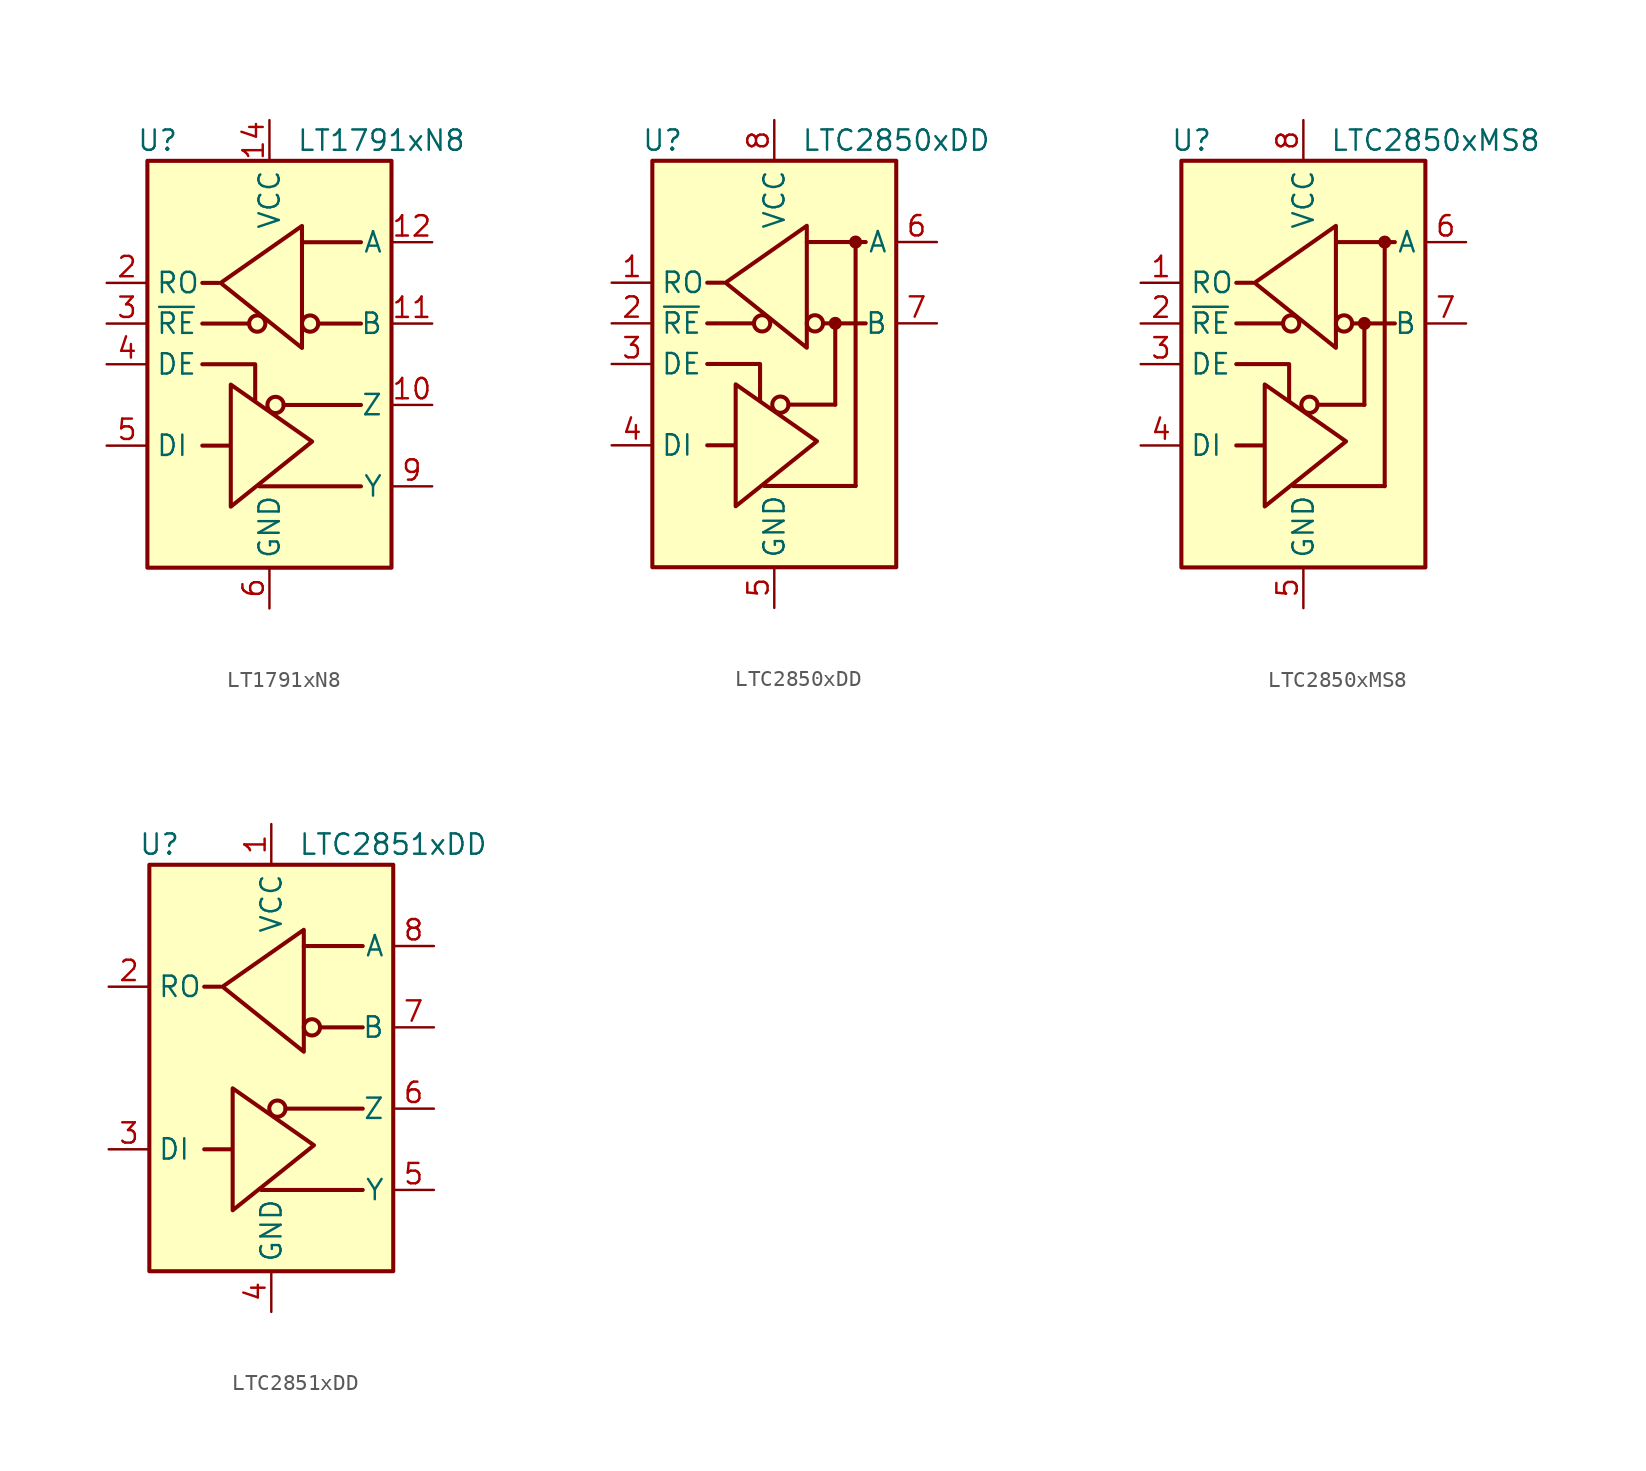
<source format=kicad_sym>
(kicad_symbol_lib
  (version 20200908)
  (generator kicad_symbol_editor)
  (symbol "Interface_UART:LT1791xN8"
    (property "Reference" "U"
      (at -6.985 13.97 0)
      (effects (font (size 1.27 1.27))))
    (property "Value" "LT1791xN8"
      (at 6.985 13.97 0)
      (effects (font (size 1.27 1.27))))
    (symbol "LT1791xN8_1_1"
      (circle (center -0.762 2.54) (radius 0.508) (stroke (width 0.254)) (fill (type none)))
      (circle (center 0.381 -2.54) (radius 0.508) (stroke (width 0.254)) (fill (type none)))
      (circle (center 2.54 2.54) (radius 0.508) (stroke (width 0.254)) (fill (type none)))
      (polyline (pts (xy -4.191 2.54) (xy -1.27 2.54)) (stroke (width 0.254)) (fill (type none)))
      (polyline (pts (xy -2.54 -5.08) (xy -4.191 -5.08)) (stroke (width 0.254)) (fill (type none)))
      (polyline (pts (xy -0.635 -7.62) (xy 5.715 -7.62)) (stroke (width 0.254)) (fill (type none)))
      (polyline (pts (xy 0.889 -2.54) (xy 5.715 -2.54)) (stroke (width 0.254)) (fill (type none)))
      (polyline (pts (xy 2.032 7.62) (xy 5.715 7.62)) (stroke (width 0.254)) (fill (type none)))
      (polyline (pts (xy 3.048 2.54) (xy 5.715 2.54)) (stroke (width 0.254)) (fill (type none)))
      (polyline (pts (xy -4.191 0) (xy -0.889 0) (xy -0.889 -2.286)) (stroke (width 0.254)) (fill (type none)))
      (polyline (pts (xy -3.175 5.08) (xy -4.191 5.08) (xy -4.064 5.08)) (stroke (width 0.254)) (fill (type none)))
      (polyline (pts (xy -2.413 -5.08) (xy -2.413 -1.27) (xy 2.667 -4.826) (xy -2.413 -8.89) (xy -2.413 -5.08)) (stroke (width 0.254)) (fill (type none)))
      (polyline (pts (xy 2.032 4.826) (xy 2.032 8.636) (xy -3.048 5.08) (xy 2.032 1.016) (xy 2.032 4.826)) (stroke (width 0.254)) (fill (type none)))
      (pin unconnected line (at -7.62 -10.16 0) (length 2.54) hide (name "NC" (effects (font (size 1.27 1.27)))) (number "1" (effects (font (size 1.27 1.27)))))
      (pin output line (at 10.16 -2.54 180) (length 2.54) (name "Z" (effects (font (size 1.27 1.27)))) (number "10" (effects (font (size 1.27 1.27)))))
      (pin input line (at 10.16 2.54 180) (length 2.54) (name "B" (effects (font (size 1.27 1.27)))) (number "11" (effects (font (size 1.27 1.27)))))
      (pin input line (at 10.16 7.62 180) (length 2.54) (name "A" (effects (font (size 1.27 1.27)))) (number "12" (effects (font (size 1.27 1.27)))))
      (pin unconnected line (at -7.62 7.62 0) (length 2.54) hide (name "NC" (effects (font (size 1.27 1.27)))) (number "13" (effects (font (size 1.27 1.27)))))
      (pin power_in line (at 0 15.24 270) (length 2.54) (name "VCC" (effects (font (size 1.27 1.27)))) (number "14" (effects (font (size 1.27 1.27)))))
      (pin output line (at -10.16 5.08 0) (length 2.54) (name "RO" (effects (font (size 1.27 1.27)))) (number "2" (effects (font (size 1.27 1.27)))))
      (pin input line (at -10.16 2.54 0) (length 2.54) (name "~RE" (effects (font (size 1.27 1.27)))) (number "3" (effects (font (size 1.27 1.27)))))
      (pin input line (at -10.16 0 0) (length 2.54) (name "DE" (effects (font (size 1.27 1.27)))) (number "4" (effects (font (size 1.27 1.27)))))
      (pin input line (at -10.16 -5.08 0) (length 2.54) (name "DI" (effects (font (size 1.27 1.27)))) (number "5" (effects (font (size 1.27 1.27)))))
      (pin power_in line (at 0 -15.24 90) (length 2.54) (name "GND" (effects (font (size 1.27 1.27)))) (number "6" (effects (font (size 1.27 1.27)))))
      (pin passive line (at 0 -15.24 90) (length 2.54) hide (name "GND" (effects (font (size 1.27 1.27)))) (number "7" (effects (font (size 1.27 1.27)))))
      (pin unconnected line (at -7.62 -7.62 0) (length 2.54) hide (name "NC" (effects (font (size 1.27 1.27)))) (number "8" (effects (font (size 1.27 1.27)))))
      (pin output line (at 10.16 -7.62 180) (length 2.54) (name "Y" (effects (font (size 1.27 1.27)))) (number "9" (effects (font (size 1.27 1.27))))))
    (symbol "LT1791xN8_0_1"
      (rectangle (start -7.62 12.7) (end 7.62 -12.7) (stroke (width 0.254)) (fill (type background)))))
  (symbol "Interface_UART:LTC2850xDD"
    (property "Reference" "U"
      (at -6.985 13.97 0)
      (effects (font (size 1.27 1.27))))
    (property "Value" "LTC2850xDD"
      (at 7.62 13.97 0)
      (effects (font (size 1.27 1.27))))
    (symbol "LTC2850xDD_1_1"
      (circle (center -0.762 2.54) (radius 0.508) (stroke (width 0.254)) (fill (type none)))
      (circle (center 0.381 -2.54) (radius 0.508) (stroke (width 0.254)) (fill (type none)))
      (circle (center 2.54 2.54) (radius 0.508) (stroke (width 0.254)) (fill (type none)))
      (circle (center 3.81 2.54) (radius 0.279) (stroke (width 0.254)) (fill (type outline)))
      (circle (center 5.08 7.62) (radius 0.279) (stroke (width 0.254)) (fill (type outline)))
      (polyline (pts (xy -4.191 2.54) (xy -1.27 2.54)) (stroke (width 0.254)) (fill (type none)))
      (polyline (pts (xy -2.54 -5.08) (xy -4.191 -5.08)) (stroke (width 0.254)) (fill (type none)))
      (polyline (pts (xy -0.635 -7.62) (xy 5.08 -7.62)) (stroke (width 0.254)) (fill (type none)))
      (polyline (pts (xy 0.889 -2.54) (xy 3.81 -2.54)) (stroke (width 0.254)) (fill (type none)))
      (polyline (pts (xy 2.032 7.62) (xy 5.715 7.62)) (stroke (width 0.254)) (fill (type none)))
      (polyline (pts (xy 3.048 2.54) (xy 5.715 2.54)) (stroke (width 0.254)) (fill (type none)))
      (polyline (pts (xy 3.81 -2.54) (xy 3.81 2.54)) (stroke (width 0.254)) (fill (type none)))
      (polyline (pts (xy 5.08 -7.62) (xy 5.08 7.62)) (stroke (width 0.254)) (fill (type none)))
      (polyline (pts (xy -4.191 0) (xy -0.889 0) (xy -0.889 -2.286)) (stroke (width 0.254)) (fill (type none)))
      (polyline (pts (xy -3.175 5.08) (xy -4.191 5.08) (xy -4.064 5.08)) (stroke (width 0.254)) (fill (type none)))
      (polyline (pts (xy -2.413 -5.08) (xy -2.413 -1.27) (xy 2.667 -4.826) (xy -2.413 -8.89) (xy -2.413 -5.08)) (stroke (width 0.254)) (fill (type none)))
      (polyline (pts (xy 2.032 4.826) (xy 2.032 8.636) (xy -3.048 5.08) (xy 2.032 1.016) (xy 2.032 4.826)) (stroke (width 0.254)) (fill (type none)))
      (pin output line (at -10.16 5.08 0) (length 2.54) (name "RO" (effects (font (size 1.27 1.27)))) (number "1" (effects (font (size 1.27 1.27)))))
      (pin input line (at -10.16 2.54 0) (length 2.54) (name "~RE" (effects (font (size 1.27 1.27)))) (number "2" (effects (font (size 1.27 1.27)))))
      (pin input line (at -10.16 0 0) (length 2.54) (name "DE" (effects (font (size 1.27 1.27)))) (number "3" (effects (font (size 1.27 1.27)))))
      (pin input line (at -10.16 -5.08 0) (length 2.54) (name "DI" (effects (font (size 1.27 1.27)))) (number "4" (effects (font (size 1.27 1.27)))))
      (pin power_in line (at 0 -15.24 90) (length 2.54) (name "GND" (effects (font (size 1.27 1.27)))) (number "5" (effects (font (size 1.27 1.27)))))
      (pin bidirectional line (at 10.16 7.62 180) (length 2.54) (name "A" (effects (font (size 1.27 1.27)))) (number "6" (effects (font (size 1.27 1.27)))))
      (pin bidirectional line (at 10.16 2.54 180) (length 2.54) (name "B" (effects (font (size 1.27 1.27)))) (number "7" (effects (font (size 1.27 1.27)))))
      (pin power_in line (at 0 15.24 270) (length 2.54) (name "VCC" (effects (font (size 1.27 1.27)))) (number "8" (effects (font (size 1.27 1.27)))))
      (pin passive line (at 0 -15.24 90) (length 2.54) hide (name "GND" (effects (font (size 1.27 1.27)))) (number "9" (effects (font (size 1.27 1.27))))))
    (symbol "LTC2850xDD_0_1"
      (rectangle (start -7.62 12.7) (end 7.62 -12.7) (stroke (width 0.254)) (fill (type background)))))
  (symbol "Interface_UART:LTC2850xMS8"
    (property "Reference" "U"
      (at -6.985 13.97 0)
      (effects (font (size 1.27 1.27))))
    (property "Value" "LTC2850xMS8"
      (at 8.255 13.97 0)
      (effects (font (size 1.27 1.27))))
    (symbol "LTC2850xMS8_1_1"
      (circle (center -0.762 2.54) (radius 0.508) (stroke (width 0.254)) (fill (type none)))
      (circle (center 0.381 -2.54) (radius 0.508) (stroke (width 0.254)) (fill (type none)))
      (circle (center 2.54 2.54) (radius 0.508) (stroke (width 0.254)) (fill (type none)))
      (circle (center 3.81 2.54) (radius 0.279) (stroke (width 0.254)) (fill (type outline)))
      (circle (center 5.08 7.62) (radius 0.279) (stroke (width 0.254)) (fill (type outline)))
      (polyline (pts (xy -4.191 2.54) (xy -1.27 2.54)) (stroke (width 0.254)) (fill (type none)))
      (polyline (pts (xy -2.54 -5.08) (xy -4.191 -5.08)) (stroke (width 0.254)) (fill (type none)))
      (polyline (pts (xy -0.635 -7.62) (xy 5.08 -7.62)) (stroke (width 0.254)) (fill (type none)))
      (polyline (pts (xy 0.889 -2.54) (xy 3.81 -2.54)) (stroke (width 0.254)) (fill (type none)))
      (polyline (pts (xy 2.032 7.62) (xy 5.715 7.62)) (stroke (width 0.254)) (fill (type none)))
      (polyline (pts (xy 3.048 2.54) (xy 5.715 2.54)) (stroke (width 0.254)) (fill (type none)))
      (polyline (pts (xy 3.81 -2.54) (xy 3.81 2.54)) (stroke (width 0.254)) (fill (type none)))
      (polyline (pts (xy 5.08 -7.62) (xy 5.08 7.62)) (stroke (width 0.254)) (fill (type none)))
      (polyline (pts (xy -4.191 0) (xy -0.889 0) (xy -0.889 -2.286)) (stroke (width 0.254)) (fill (type none)))
      (polyline (pts (xy -3.175 5.08) (xy -4.191 5.08) (xy -4.064 5.08)) (stroke (width 0.254)) (fill (type none)))
      (polyline (pts (xy -2.413 -5.08) (xy -2.413 -1.27) (xy 2.667 -4.826) (xy -2.413 -8.89) (xy -2.413 -5.08)) (stroke (width 0.254)) (fill (type none)))
      (polyline (pts (xy 2.032 4.826) (xy 2.032 8.636) (xy -3.048 5.08) (xy 2.032 1.016) (xy 2.032 4.826)) (stroke (width 0.254)) (fill (type none)))
      (pin output line (at -10.16 5.08 0) (length 2.54) (name "RO" (effects (font (size 1.27 1.27)))) (number "1" (effects (font (size 1.27 1.27)))))
      (pin input line (at -10.16 2.54 0) (length 2.54) (name "~RE" (effects (font (size 1.27 1.27)))) (number "2" (effects (font (size 1.27 1.27)))))
      (pin input line (at -10.16 0 0) (length 2.54) (name "DE" (effects (font (size 1.27 1.27)))) (number "3" (effects (font (size 1.27 1.27)))))
      (pin input line (at -10.16 -5.08 0) (length 2.54) (name "DI" (effects (font (size 1.27 1.27)))) (number "4" (effects (font (size 1.27 1.27)))))
      (pin power_in line (at 0 -15.24 90) (length 2.54) (name "GND" (effects (font (size 1.27 1.27)))) (number "5" (effects (font (size 1.27 1.27)))))
      (pin bidirectional line (at 10.16 7.62 180) (length 2.54) (name "A" (effects (font (size 1.27 1.27)))) (number "6" (effects (font (size 1.27 1.27)))))
      (pin bidirectional line (at 10.16 2.54 180) (length 2.54) (name "B" (effects (font (size 1.27 1.27)))) (number "7" (effects (font (size 1.27 1.27)))))
      (pin power_in line (at 0 15.24 270) (length 2.54) (name "VCC" (effects (font (size 1.27 1.27)))) (number "8" (effects (font (size 1.27 1.27))))))
    (symbol "LTC2850xMS8_0_1"
      (rectangle (start -7.62 12.7) (end 7.62 -12.7) (stroke (width 0.254)) (fill (type background)))))
  (symbol "Interface_UART:LTC2851xDD"
    (property "Reference" "U"
      (at -6.985 13.97 0)
      (effects (font (size 1.27 1.27))))
    (property "Value" "LTC2851xDD"
      (at 7.62 13.97 0)
      (effects (font (size 1.27 1.27))))
    (symbol "LTC2851xDD_1_1"
      (circle (center 0.381 -2.54) (radius 0.508) (stroke (width 0.254)) (fill (type none)))
      (circle (center 2.54 2.54) (radius 0.508) (stroke (width 0.254)) (fill (type none)))
      (polyline (pts (xy -2.54 -5.08) (xy -4.191 -5.08)) (stroke (width 0.254)) (fill (type none)))
      (polyline (pts (xy -0.635 -7.62) (xy 5.715 -7.62)) (stroke (width 0.254)) (fill (type none)))
      (polyline (pts (xy 0.889 -2.54) (xy 5.715 -2.54)) (stroke (width 0.254)) (fill (type none)))
      (polyline (pts (xy 2.032 7.62) (xy 5.715 7.62)) (stroke (width 0.254)) (fill (type none)))
      (polyline (pts (xy 3.048 2.54) (xy 5.715 2.54)) (stroke (width 0.254)) (fill (type none)))
      (polyline (pts (xy -3.175 5.08) (xy -4.191 5.08) (xy -4.064 5.08)) (stroke (width 0.254)) (fill (type none)))
      (polyline (pts (xy -2.413 -5.08) (xy -2.413 -1.27) (xy 2.667 -4.826) (xy -2.413 -8.89) (xy -2.413 -5.08)) (stroke (width 0.254)) (fill (type none)))
      (polyline (pts (xy 2.032 4.826) (xy 2.032 8.636) (xy -3.048 5.08) (xy 2.032 1.016) (xy 2.032 4.826)) (stroke (width 0.254)) (fill (type none)))
      (pin power_in line (at 0 15.24 270) (length 2.54) (name "VCC" (effects (font (size 1.27 1.27)))) (number "1" (effects (font (size 1.27 1.27)))))
      (pin output line (at -10.16 5.08 0) (length 2.54) (name "RO" (effects (font (size 1.27 1.27)))) (number "2" (effects (font (size 1.27 1.27)))))
      (pin input line (at -10.16 -5.08 0) (length 2.54) (name "DI" (effects (font (size 1.27 1.27)))) (number "3" (effects (font (size 1.27 1.27)))))
      (pin power_in line (at 0 -15.24 90) (length 2.54) (name "GND" (effects (font (size 1.27 1.27)))) (number "4" (effects (font (size 1.27 1.27)))))
      (pin output line (at 10.16 -7.62 180) (length 2.54) (name "Y" (effects (font (size 1.27 1.27)))) (number "5" (effects (font (size 1.27 1.27)))))
      (pin output line (at 10.16 -2.54 180) (length 2.54) (name "Z" (effects (font (size 1.27 1.27)))) (number "6" (effects (font (size 1.27 1.27)))))
      (pin input line (at 10.16 2.54 180) (length 2.54) (name "B" (effects (font (size 1.27 1.27)))) (number "7" (effects (font (size 1.27 1.27)))))
      (pin input line (at 10.16 7.62 180) (length 2.54) (name "A" (effects (font (size 1.27 1.27)))) (number "8" (effects (font (size 1.27 1.27)))))
      (pin passive line (at 0 -15.24 90) (length 2.54) hide (name "GND" (effects (font (size 1.27 1.27)))) (number "9" (effects (font (size 1.27 1.27))))))
    (symbol "LTC2851xDD_0_1"
      (rectangle (start -7.62 12.7) (end 7.62 -12.7) (stroke (width 0.254)) (fill (type background))))))
</source>
